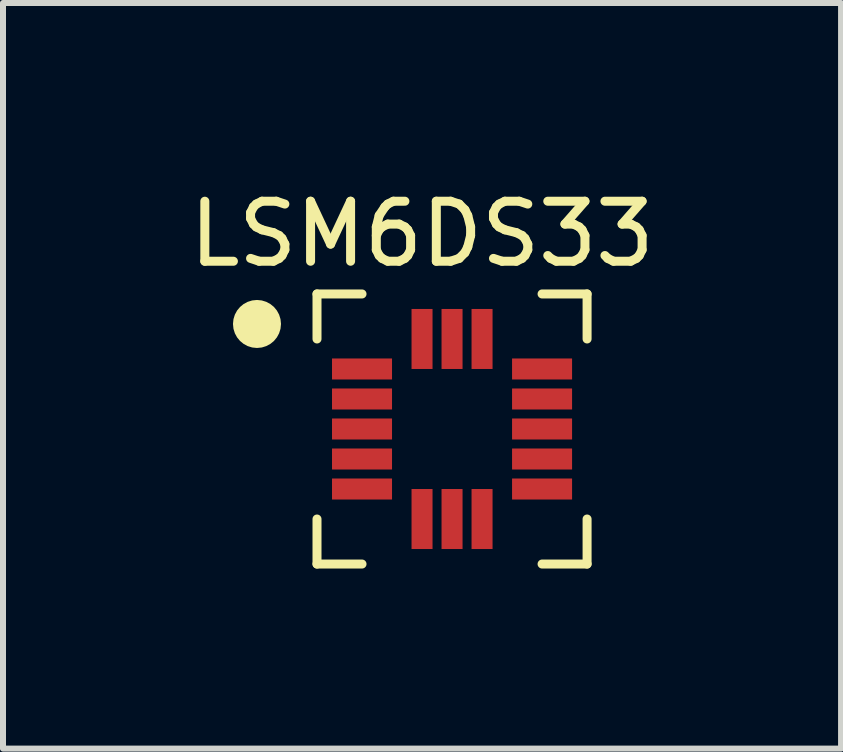
<source format=kicad_pcb>
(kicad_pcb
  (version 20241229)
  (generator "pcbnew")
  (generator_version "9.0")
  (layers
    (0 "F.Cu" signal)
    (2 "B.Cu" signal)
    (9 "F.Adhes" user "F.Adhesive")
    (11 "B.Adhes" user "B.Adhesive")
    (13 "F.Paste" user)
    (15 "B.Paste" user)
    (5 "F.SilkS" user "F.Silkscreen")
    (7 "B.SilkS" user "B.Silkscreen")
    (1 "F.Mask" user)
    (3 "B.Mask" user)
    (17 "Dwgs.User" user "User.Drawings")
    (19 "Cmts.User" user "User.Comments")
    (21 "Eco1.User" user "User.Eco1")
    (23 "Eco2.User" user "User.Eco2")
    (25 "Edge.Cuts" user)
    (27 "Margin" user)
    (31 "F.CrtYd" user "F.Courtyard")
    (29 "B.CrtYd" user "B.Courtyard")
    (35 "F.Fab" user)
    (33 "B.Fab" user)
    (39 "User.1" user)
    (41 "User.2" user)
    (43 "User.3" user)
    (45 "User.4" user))
  (footprint "LSM6DS33"
    (layer "F.Cu")
    (at 4.482 4.098)
    (property "Reference" "LSM6DS33" (at -0.5 -3.25 0) (layer "F.SilkS") (effects (font (size 1 1) (thickness 0.15))))
    (attr through_hole)
    (fp_line (start -2.25 -2.25) (end -1.5 -2.25) (stroke (width 0.15) (type solid)) (layer "F.SilkS"))
    (fp_line (start -2.25 -1.5) (end -2.25 -2.25) (stroke (width 0.15) (type solid)) (layer "F.SilkS"))
    (fp_line (start -2.25 1.5) (end -2.25 2.25) (stroke (width 0.15) (type solid)) (layer "F.SilkS"))
    (fp_line (start -2.25 2.25) (end -1.5 2.25) (stroke (width 0.15) (type solid)) (layer "F.SilkS"))
    (fp_line (start 2.25 -2.25) (end 1.5 -2.25) (stroke (width 0.15) (type solid)) (layer "F.SilkS"))
    (fp_line (start 2.25 -1.5) (end 2.25 -2.25) (stroke (width 0.15) (type solid)) (layer "F.SilkS"))
    (fp_line (start 2.25 1.5) (end 2.25 2.25) (stroke (width 0.15) (type solid)) (layer "F.SilkS"))
    (fp_line (start 2.25 2.25) (end 1.5 2.25) (stroke (width 0.15) (type solid)) (layer "F.SilkS"))
    (fp_circle (center -3.25 -1.75) (end -3.05 -1.75) (stroke (width 0.4) (type solid)) (fill no) (layer "F.SilkS"))
    (pad "1" smd rect (at -1.225 -1) (size 1 0.35) (drill (offset -0.275 0)) (layers "F.Cu" "F.Mask" "F.Paste"))
    (pad "2" smd rect (at -1.225 -0.5) (size 1 0.35) (drill (offset -0.275 0)) (layers "F.Cu" "F.Mask" "F.Paste"))
    (pad "3" smd rect (at -1.35 0) (size 1 0.35) (drill (offset -0.15 0)) (layers "F.Cu" "F.Mask" "F.Paste"))
    (pad "4" smd rect (at -1.35 0.5) (size 1 0.35) (drill (offset -0.15 0)) (layers "F.Cu" "F.Mask" "F.Paste"))
    (pad "5" smd rect (at -1.35 1) (size 1 0.35) (drill (offset -0.15 0)) (layers "F.Cu" "F.Mask" "F.Paste"))
    (pad "6" smd rect (at -0.5 1.35) (size 0.35 1) (drill (offset 0 0.15)) (layers "F.Cu" "F.Mask" "F.Paste"))
    (pad "7" smd rect (at 0 1.35) (size 0.35 1) (drill (offset 0 0.15)) (layers "F.Cu" "F.Mask" "F.Paste"))
    (pad "8" smd rect (at 0.5 1.35) (size 0.35 1) (drill (offset 0 0.15)) (layers "F.Cu" "F.Mask" "F.Paste"))
    (pad "9" smd rect (at 1.35 1) (size 1 0.35) (drill (offset 0.15 0)) (layers "F.Cu" "F.Mask" "F.Paste"))
    (pad "10" smd rect (at 1.35 0.5) (size 1 0.35) (drill (offset 0.15 0)) (layers "F.Cu" "F.Mask" "F.Paste"))
    (pad "11" smd rect (at 1.35 0) (size 1 0.35) (drill (offset 0.15 0)) (layers "F.Cu" "F.Mask" "F.Paste"))
    (pad "12" smd rect (at 1.35 -0.5) (size 1 0.35) (drill (offset 0.15 0)) (layers "F.Cu" "F.Mask" "F.Paste"))
    (pad "13" smd rect (at 1.35 -1) (size 1 0.35) (drill (offset 0.15 0)) (layers "F.Cu" "F.Mask" "F.Paste"))
    (pad "14" smd rect (at 0.5 -1.35) (size 0.35 1) (drill (offset 0 -0.15)) (layers "F.Cu" "F.Mask" "F.Paste"))
    (pad "15" smd rect (at 0 -1.35) (size 0.35 1) (drill (offset 0 -0.15)) (layers "F.Cu" "F.Mask" "F.Paste"))
    (pad "16" smd rect (at -0.5 -1.35) (size 0.35 1) (drill (offset 0 -0.15)) (layers "F.Cu" "F.Mask" "F.Paste")))
  (gr_rect
    (start -3 -3)
    (end 10.964 9.423)
    (stroke (width 0.1) (type default))
    (fill no)
    (layer "Edge.Cuts")))
</source>
